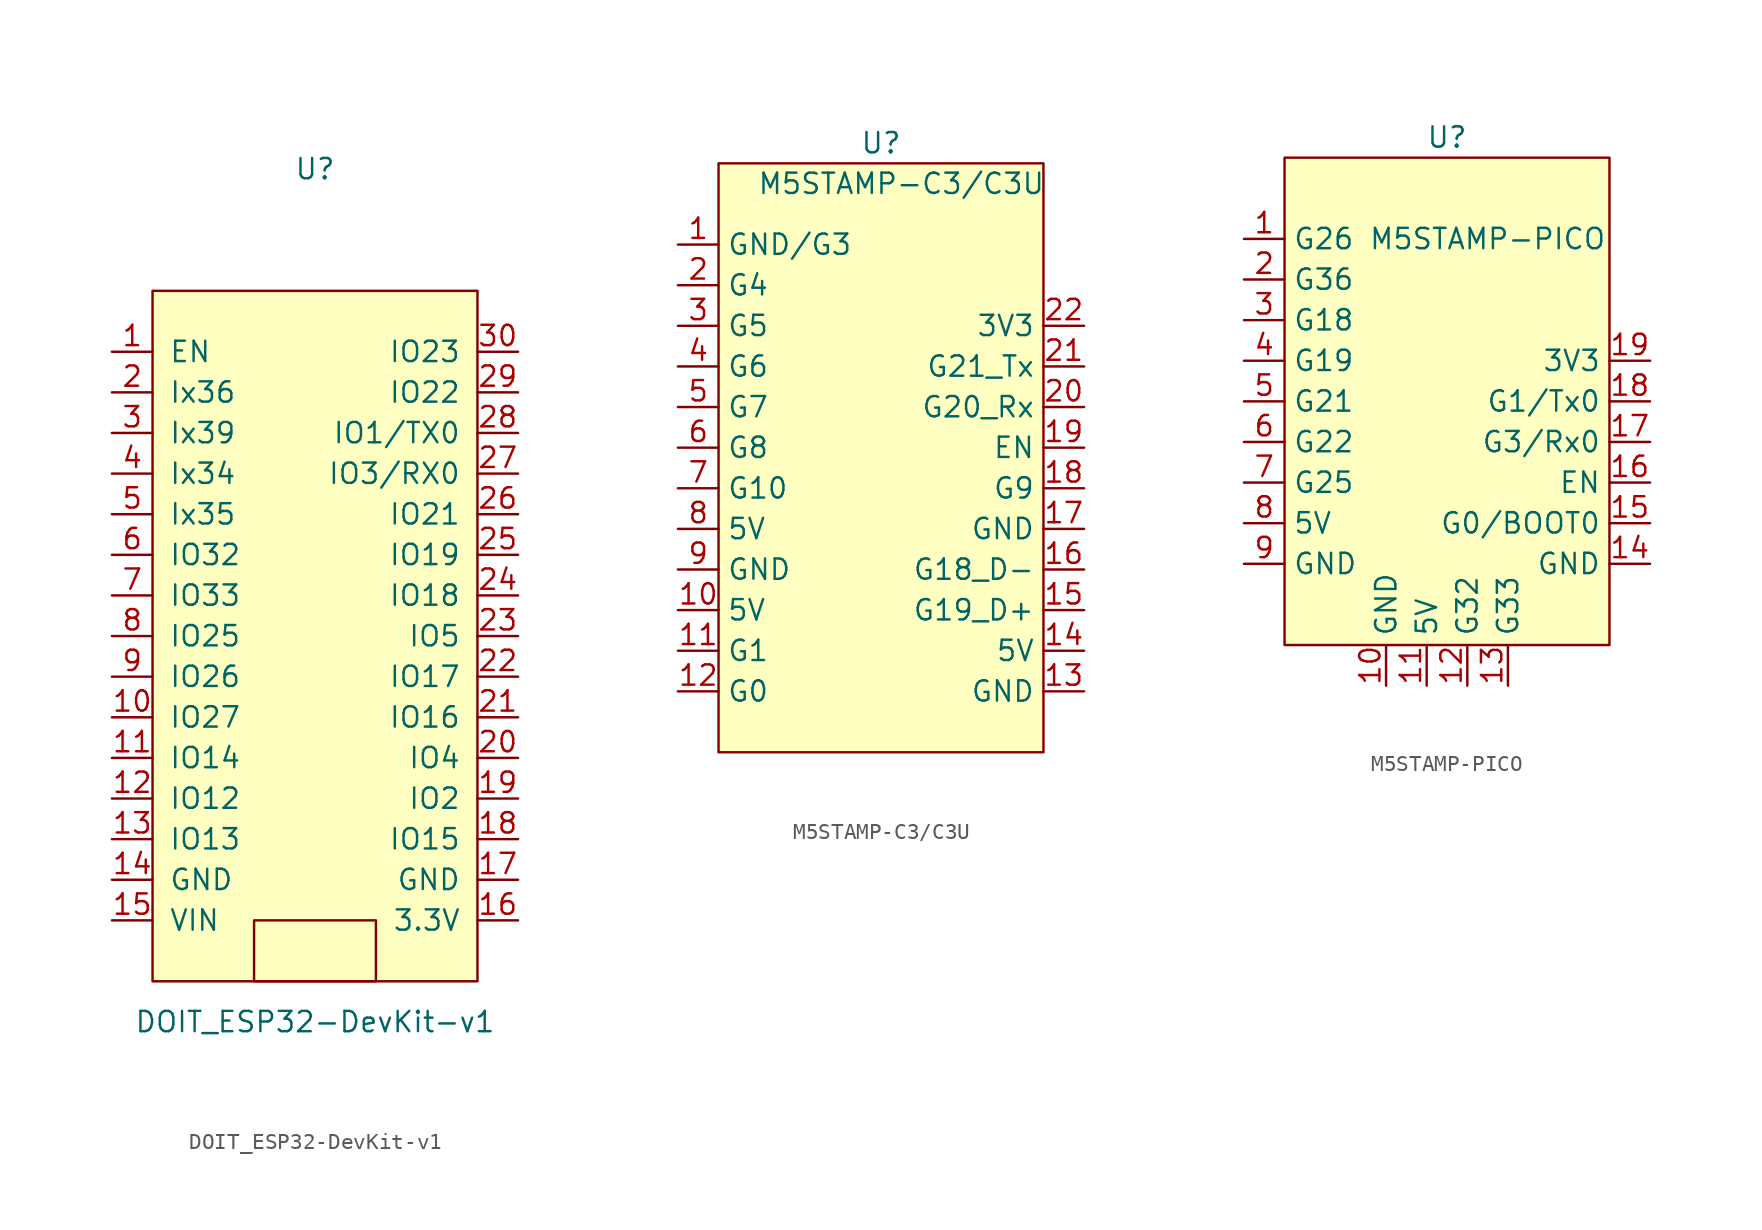
<source format=kicad_sym>
(kicad_symbol_lib
  (version 20241209)
  (generator "kicad_symbol_editor")
  (generator_version "9.0")
  (symbol "DOIT_ESP32-DevKit-v1"
    (pin_names
      (offset 1.016))
    (property "Reference" "U"
      (at 0 26.67 0)
      (effects (font (size 1.27 1.27))))
    (property "Value" "DOIT_ESP32-DevKit-v1"
      (at 0 -26.67 0)
      (effects (font (size 1.27 1.27))))
    (symbol "DOIT_ESP32-DevKit-v1_0_1"
      (rectangle (start -10.16 19.05) (end 10.16 -24.13) (stroke (width 0) (type default)) (fill (type background)))
      (rectangle (start -3.81 -20.32) (end 3.81 -24.13) (stroke (width 0) (type default)) (fill (type none))))
    (symbol "DOIT_ESP32-DevKit-v1_1_1"
      (pin input line (at -12.7 15.24 0) (length 2.54) (name "EN" (effects (font (size 1.27 1.27)))) (number "1" (effects (font (size 1.27 1.27)))))
      (pin input line (at -12.7 12.7 0) (length 2.54) (name "Ix36" (effects (font (size 1.27 1.27)))) (number "2" (effects (font (size 1.27 1.27)))))
      (pin input line (at -12.7 10.16 0) (length 2.54) (name "Ix39" (effects (font (size 1.27 1.27)))) (number "3" (effects (font (size 1.27 1.27)))))
      (pin input line (at -12.7 7.62 0) (length 2.54) (name "Ix34" (effects (font (size 1.27 1.27)))) (number "4" (effects (font (size 1.27 1.27)))))
      (pin input line (at -12.7 5.08 0) (length 2.54) (name "Ix35" (effects (font (size 1.27 1.27)))) (number "5" (effects (font (size 1.27 1.27)))))
      (pin bidirectional line (at -12.7 2.54 0) (length 2.54) (name "IO32" (effects (font (size 1.27 1.27)))) (number "6" (effects (font (size 1.27 1.27)))))
      (pin bidirectional line (at -12.7 0 0) (length 2.54) (name "IO33" (effects (font (size 1.27 1.27)))) (number "7" (effects (font (size 1.27 1.27)))))
      (pin bidirectional line (at -12.7 -2.54 0) (length 2.54) (name "IO25" (effects (font (size 1.27 1.27)))) (number "8" (effects (font (size 1.27 1.27)))))
      (pin bidirectional line (at -12.7 -5.08 0) (length 2.54) (name "IO26" (effects (font (size 1.27 1.27)))) (number "9" (effects (font (size 1.27 1.27)))))
      (pin bidirectional line (at -12.7 -7.62 0) (length 2.54) (name "IO27" (effects (font (size 1.27 1.27)))) (number "10" (effects (font (size 1.27 1.27)))))
      (pin bidirectional line (at -12.7 -10.16 0) (length 2.54) (name "IO14" (effects (font (size 1.27 1.27)))) (number "11" (effects (font (size 1.27 1.27)))))
      (pin bidirectional line (at -12.7 -12.7 0) (length 2.54) (name "IO12" (effects (font (size 1.27 1.27)))) (number "12" (effects (font (size 1.27 1.27)))))
      (pin bidirectional line (at -12.7 -15.24 0) (length 2.54) (name "IO13" (effects (font (size 1.27 1.27)))) (number "13" (effects (font (size 1.27 1.27)))))
      (pin power_in line (at -12.7 -17.78 0) (length 2.54) (name "GND" (effects (font (size 1.27 1.27)))) (number "14" (effects (font (size 1.27 1.27)))))
      (pin power_in line (at -12.7 -20.32 0) (length 2.54) (name "VIN" (effects (font (size 1.27 1.27)))) (number "15" (effects (font (size 1.27 1.27)))))
      (pin bidirectional line (at 12.7 15.24 180) (length 2.54) (name "IO23" (effects (font (size 1.27 1.27)))) (number "30" (effects (font (size 1.27 1.27)))))
      (pin bidirectional line (at 12.7 12.7 180) (length 2.54) (name "IO22" (effects (font (size 1.27 1.27)))) (number "29" (effects (font (size 1.27 1.27)))))
      (pin output line (at 12.7 10.16 180) (length 2.54) (name "IO1/TX0" (effects (font (size 1.27 1.27)))) (number "28" (effects (font (size 1.27 1.27)))))
      (pin input line (at 12.7 7.62 180) (length 2.54) (name "IO3/RX0" (effects (font (size 1.27 1.27)))) (number "27" (effects (font (size 1.27 1.27)))))
      (pin bidirectional line (at 12.7 5.08 180) (length 2.54) (name "IO21" (effects (font (size 1.27 1.27)))) (number "26" (effects (font (size 1.27 1.27)))))
      (pin bidirectional line (at 12.7 2.54 180) (length 2.54) (name "IO19" (effects (font (size 1.27 1.27)))) (number "25" (effects (font (size 1.27 1.27)))))
      (pin bidirectional line (at 12.7 0 180) (length 2.54) (name "IO18" (effects (font (size 1.27 1.27)))) (number "24" (effects (font (size 1.27 1.27)))))
      (pin bidirectional line (at 12.7 -2.54 180) (length 2.54) (name "IO5" (effects (font (size 1.27 1.27)))) (number "23" (effects (font (size 1.27 1.27)))))
      (pin bidirectional line (at 12.7 -5.08 180) (length 2.54) (name "IO17" (effects (font (size 1.27 1.27)))) (number "22" (effects (font (size 1.27 1.27)))))
      (pin bidirectional line (at 12.7 -7.62 180) (length 2.54) (name "IO16" (effects (font (size 1.27 1.27)))) (number "21" (effects (font (size 1.27 1.27)))))
      (pin bidirectional line (at 12.7 -10.16 180) (length 2.54) (name "IO4" (effects (font (size 1.27 1.27)))) (number "20" (effects (font (size 1.27 1.27)))))
      (pin bidirectional line (at 12.7 -12.7 180) (length 2.54) (name "IO2" (effects (font (size 1.27 1.27)))) (number "19" (effects (font (size 1.27 1.27)))))
      (pin bidirectional line (at 12.7 -15.24 180) (length 2.54) (name "IO15" (effects (font (size 1.27 1.27)))) (number "18" (effects (font (size 1.27 1.27)))))
      (pin power_in line (at 12.7 -17.78 180) (length 2.54) (name "GND" (effects (font (size 1.27 1.27)))) (number "17" (effects (font (size 1.27 1.27)))))
      (pin power_in line (at 12.7 -20.32 180) (length 2.54) (name "3.3V" (effects (font (size 1.27 1.27)))) (number "16" (effects (font (size 1.27 1.27)))))))
  (symbol "M5STAMP-C3/C3U"
    (property "Reference" "U"
      (at 0 20.32 0)
      (effects (font (size 1.27 1.27))))
    (property "Value" "M5STAMP-C3/C3U"
      (at 1.27 17.78 0)
      (effects (font (size 1.27 1.27))))
    (symbol "M5STAMP-C3/C3U_0_1"
      (rectangle (start -10.16 19.05) (end 10.16 -17.78) (stroke (width 0.152) (type default)) (fill (type background))))
    (symbol "M5STAMP-C3/C3U_1_1"
      (pin bidirectional line (at -12.7 13.97 0) (length 2.54) (name "GND/G3" (effects (font (size 1.27 1.27)))) (number "1" (effects (font (size 1.27 1.27)))))
      (pin bidirectional line (at -12.7 11.43 0) (length 2.54) (name "G4" (effects (font (size 1.27 1.27)))) (number "2" (effects (font (size 1.27 1.27)))))
      (pin bidirectional line (at -12.7 8.89 0) (length 2.54) (name "G5" (effects (font (size 1.27 1.27)))) (number "3" (effects (font (size 1.27 1.27)))))
      (pin bidirectional line (at -12.7 6.35 0) (length 2.54) (name "G6" (effects (font (size 1.27 1.27)))) (number "4" (effects (font (size 1.27 1.27)))))
      (pin bidirectional line (at -12.7 3.81 0) (length 2.54) (name "G7" (effects (font (size 1.27 1.27)))) (number "5" (effects (font (size 1.27 1.27)))))
      (pin bidirectional line (at -12.7 1.27 0) (length 2.54) (name "G8" (effects (font (size 1.27 1.27)))) (number "6" (effects (font (size 1.27 1.27)))))
      (pin bidirectional line (at -12.7 -1.27 0) (length 2.54) (name "G10" (effects (font (size 1.27 1.27)))) (number "7" (effects (font (size 1.27 1.27)))))
      (pin power_in line (at -12.7 -3.81 0) (length 2.54) (name "5V" (effects (font (size 1.27 1.27)))) (number "8" (effects (font (size 1.27 1.27)))))
      (pin power_in line (at -12.7 -6.35 0) (length 2.54) (name "GND" (effects (font (size 1.27 1.27)))) (number "9" (effects (font (size 1.27 1.27)))))
      (pin power_in line (at -12.7 -8.89 0) (length 2.54) (name "5V" (effects (font (size 1.27 1.27)))) (number "10" (effects (font (size 1.27 1.27)))))
      (pin bidirectional line (at -12.7 -11.43 0) (length 2.54) (name "G1" (effects (font (size 1.27 1.27)))) (number "11" (effects (font (size 1.27 1.27)))))
      (pin bidirectional line (at -12.7 -13.97 0) (length 2.54) (name "G0" (effects (font (size 1.27 1.27)))) (number "12" (effects (font (size 1.27 1.27)))))
      (pin power_out line (at 12.7 8.89 180) (length 2.54) (name "3V3" (effects (font (size 1.27 1.27)))) (number "22" (effects (font (size 1.27 1.27)))))
      (pin bidirectional line (at 12.7 6.35 180) (length 2.54) (name "G21_Tx" (effects (font (size 1.27 1.27)))) (number "21" (effects (font (size 1.27 1.27)))))
      (pin bidirectional line (at 12.7 3.81 180) (length 2.54) (name "G20_Rx" (effects (font (size 1.27 1.27)))) (number "20" (effects (font (size 1.27 1.27)))))
      (pin input line (at 12.7 1.27 180) (length 2.54) (name "EN" (effects (font (size 1.27 1.27)))) (number "19" (effects (font (size 1.27 1.27)))))
      (pin bidirectional line (at 12.7 -1.27 180) (length 2.54) (name "G9" (effects (font (size 1.27 1.27)))) (number "18" (effects (font (size 1.27 1.27)))))
      (pin power_in line (at 12.7 -3.81 180) (length 2.54) (name "GND" (effects (font (size 1.27 1.27)))) (number "17" (effects (font (size 1.27 1.27)))))
      (pin bidirectional line (at 12.7 -6.35 180) (length 2.54) (name "G18_D-" (effects (font (size 1.27 1.27)))) (number "16" (effects (font (size 1.27 1.27)))))
      (pin bidirectional line (at 12.7 -8.89 180) (length 2.54) (name "G19_D+" (effects (font (size 1.27 1.27)))) (number "15" (effects (font (size 1.27 1.27)))))
      (pin power_in line (at 12.7 -11.43 180) (length 2.54) (name "5V" (effects (font (size 1.27 1.27)))) (number "14" (effects (font (size 1.27 1.27)))))
      (pin power_in line (at 12.7 -13.97 180) (length 2.54) (name "GND" (effects (font (size 1.27 1.27)))) (number "13" (effects (font (size 1.27 1.27)))))))
  (symbol "M5STAMP-PICO"
    (property "Reference" "U"
      (at 0 20.32 0)
      (effects (font (size 1.27 1.27))))
    (property "Value" "M5STAMP-PICO"
      (at 2.54 13.97 0)
      (effects (font (size 1.27 1.27))))
    (symbol "M5STAMP-PICO_0_1"
      (rectangle (start -10.16 19.05) (end 10.16 -11.43) (stroke (width 0.152) (type default)) (fill (type background))))
    (symbol "M5STAMP-PICO_1_1"
      (pin bidirectional line (at -12.7 13.97 0) (length 2.54) (name "G26" (effects (font (size 1.27 1.27)))) (number "1" (effects (font (size 1.27 1.27)))))
      (pin bidirectional line (at -12.7 11.43 0) (length 2.54) (name "G36" (effects (font (size 1.27 1.27)))) (number "2" (effects (font (size 1.27 1.27)))))
      (pin bidirectional line (at -12.7 8.89 0) (length 2.54) (name "G18" (effects (font (size 1.27 1.27)))) (number "3" (effects (font (size 1.27 1.27)))))
      (pin bidirectional line (at -12.7 6.35 0) (length 2.54) (name "G19" (effects (font (size 1.27 1.27)))) (number "4" (effects (font (size 1.27 1.27)))))
      (pin bidirectional line (at -12.7 3.81 0) (length 2.54) (name "G21" (effects (font (size 1.27 1.27)))) (number "5" (effects (font (size 1.27 1.27)))))
      (pin bidirectional line (at -12.7 1.27 0) (length 2.54) (name "G22" (effects (font (size 1.27 1.27)))) (number "6" (effects (font (size 1.27 1.27)))))
      (pin bidirectional line (at -12.7 -1.27 0) (length 2.54) (name "G25" (effects (font (size 1.27 1.27)))) (number "7" (effects (font (size 1.27 1.27)))))
      (pin power_in line (at -12.7 -3.81 0) (length 2.54) (name "5V" (effects (font (size 1.27 1.27)))) (number "8" (effects (font (size 1.27 1.27)))))
      (pin power_in line (at -12.7 -6.35 0) (length 2.54) (name "GND" (effects (font (size 1.27 1.27)))) (number "9" (effects (font (size 1.27 1.27)))))
      (pin power_in line (at -3.81 -13.97 90) (length 2.54) (name "GND" (effects (font (size 1.27 1.27)))) (number "10" (effects (font (size 1.27 1.27)))))
      (pin power_in line (at -1.27 -13.97 90) (length 2.54) (name "5V" (effects (font (size 1.27 1.27)))) (number "11" (effects (font (size 1.27 1.27)))))
      (pin bidirectional line (at 1.27 -13.97 90) (length 2.54) (name "G32" (effects (font (size 1.27 1.27)))) (number "12" (effects (font (size 1.27 1.27)))))
      (pin bidirectional line (at 3.81 -13.97 90) (length 2.54) (name "G33" (effects (font (size 1.27 1.27)))) (number "13" (effects (font (size 1.27 1.27)))))
      (pin power_out line (at 12.7 6.35 180) (length 2.54) (name "3V3" (effects (font (size 1.27 1.27)))) (number "19" (effects (font (size 1.27 1.27)))))
      (pin bidirectional line (at 12.7 3.81 180) (length 2.54) (name "G1/Tx0" (effects (font (size 1.27 1.27)))) (number "18" (effects (font (size 1.27 1.27)))))
      (pin bidirectional line (at 12.7 1.27 180) (length 2.54) (name "G3/Rx0" (effects (font (size 1.27 1.27)))) (number "17" (effects (font (size 1.27 1.27)))))
      (pin input line (at 12.7 -1.27 180) (length 2.54) (name "EN" (effects (font (size 1.27 1.27)))) (number "16" (effects (font (size 1.27 1.27)))))
      (pin bidirectional line (at 12.7 -3.81 180) (length 2.54) (name "G0/BOOT0" (effects (font (size 1.27 1.27)))) (number "15" (effects (font (size 1.27 1.27)))))
      (pin power_in line (at 12.7 -6.35 180) (length 2.54) (name "GND" (effects (font (size 1.27 1.27)))) (number "14" (effects (font (size 1.27 1.27))))))))
</source>
